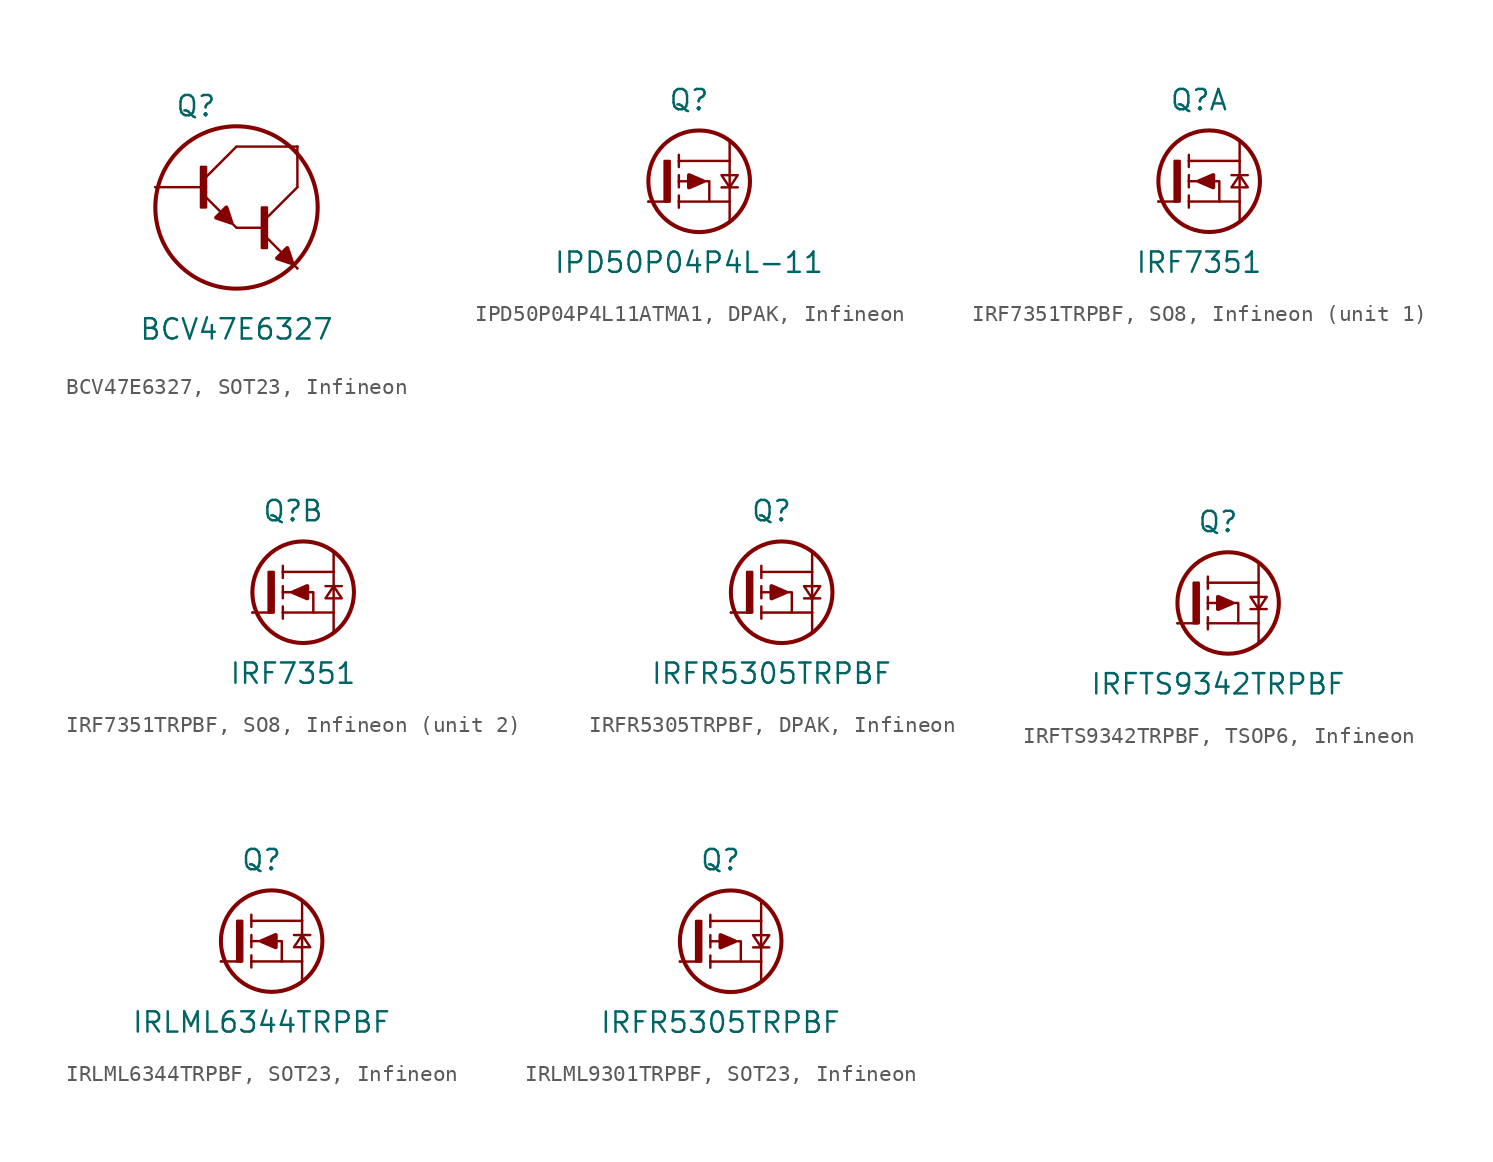
<source format=kicad_sym>
(kicad_symbol_lib
  (version 20241209)
  (generator "kicad_symbol_editor")
  (generator_version "9.0")
  (symbol "BCV47E6327, SOT23, Infineon"
    (pin_numbers
      (hide yes))
    (pin_names
      (offset 1.016)
      (hide yes))
    (property "Reference" "Q"
      (at -2.54 6.35 0)
      (effects (font (size 1.27 1.27))))
    (property "Value" "BCV47E6327"
      (at 0 -7.62 0)
      (effects (font (size 1.27 1.27))))
    (symbol "BCV47E6327, SOT23, Infineon_0_1"
      (polyline (pts (xy -5.08 1.27) (xy -1.905 1.27)) (stroke (width 0) (type default)) (fill (type none)))
      (rectangle (start -2.223 2.54) (end -1.905 0) (stroke (width 0) (type default)) (fill (type outline)))
      (rectangle (start -1.905 0.953) (end -1.905 0.953) (stroke (width 0) (type default)) (fill (type none)))
      (polyline (pts (xy -1.905 0.635) (xy 0 -1.27)) (stroke (width 0) (type default)) (fill (type none)))
      (polyline (pts (xy -0.318 -0.953) (xy -0.635 0) (xy -1.27 -0.635) (xy -0.318 -0.953)) (stroke (width 0.254) (type default)) (fill (type outline)))
      (polyline (pts (xy 0 3.81) (xy -1.905 1.905)) (stroke (width 0) (type default)) (fill (type none)))
      (polyline (pts (xy 0 3.81) (xy 3.81 3.81)) (stroke (width 0) (type default)) (fill (type none)))
      (polyline (pts (xy 0 -1.27) (xy 1.905 -1.27)) (stroke (width 0) (type default)) (fill (type none)))
      (rectangle (start 1.587 0) (end 1.905 -2.54) (stroke (width 0) (type default)) (fill (type outline)))
      (rectangle (start 1.905 -1.587) (end 1.905 -1.587) (stroke (width 0) (type default)) (fill (type none)))
      (polyline (pts (xy 1.905 -1.905) (xy 3.81 -3.81)) (stroke (width 0) (type default)) (fill (type none)))
      (polyline (pts (xy 3.493 -3.493) (xy 3.175 -2.54) (xy 2.54 -3.175) (xy 3.493 -3.493)) (stroke (width 0.254) (type default)) (fill (type outline)))
      (polyline (pts (xy 3.81 3.81) (xy 3.81 1.27)) (stroke (width 0) (type default)) (fill (type none)))
      (polyline (pts (xy 3.81 1.27) (xy 1.905 -0.635)) (stroke (width 0) (type default)) (fill (type none))))
    (symbol "BCV47E6327, SOT23, Infineon_1_0"
      (circle (center 0 0) (radius 5.08) (stroke (width 0.254) (type solid)) (fill (type none))))
    (symbol "BCV47E6327, SOT23, Infineon_1_1"
      (pin passive line (at -5.08 1.27 0) (length 0) (name "B" (effects (font (size 1.27 1.27)))) (number "1" (effects (font (size 1.27 1.27)))))
      (pin passive line (at 3.81 3.81 180) (length 0) (name "C" (effects (font (size 1.27 1.27)))) (number "3" (effects (font (size 1.27 1.27)))))
      (pin passive line (at 3.81 -3.81 180) (length 0) (name "E" (effects (font (size 1.27 1.27)))) (number "2" (effects (font (size 1.27 1.27)))))))
  (symbol "IPD50P04P4L11ATMA1, DPAK, Infineon"
    (pin_numbers
      (hide yes))
    (pin_names
      (offset 1.016)
      (hide yes))
    (property "Reference" "Q"
      (at 0 5.08 0)
      (effects (font (size 1.27 1.27))))
    (property "Value" "IPD50P04P4L-11"
      (at 0 -5.08 0)
      (effects (font (size 1.27 1.27))))
    (symbol "IPD50P04P4L11ATMA1, DPAK, Infineon_0_0"
      (polyline (pts (xy -0.635 1.27) (xy -0.635 1.651)) (stroke (width 0) (type solid)) (fill (type none)))
      (polyline (pts (xy -0.635 1.27) (xy -0.635 0.889)) (stroke (width 0) (type solid)) (fill (type none)))
      (polyline (pts (xy -0.635 0) (xy -0.635 0.381)) (stroke (width 0) (type solid)) (fill (type none)))
      (polyline (pts (xy -0.635 0) (xy -0.635 -0.381)) (stroke (width 0) (type solid)) (fill (type none)))
      (polyline (pts (xy -0.635 0) (xy -0.127 0) (xy 0.635 0) (xy 1.27 0) (xy 1.27 -1.27)) (stroke (width 0) (type solid)) (fill (type none)))
      (polyline (pts (xy -0.635 -1.27) (xy -0.635 -0.889)) (stroke (width 0) (type solid)) (fill (type none)))
      (polyline (pts (xy -0.635 -1.27) (xy -0.635 -1.651)) (stroke (width 0) (type solid)) (fill (type none)))
      (polyline (pts (xy 2.54 1.27) (xy -0.635 1.27)) (stroke (width 0) (type solid)) (fill (type none)))
      (polyline (pts (xy 2.54 1.27) (xy 2.54 2.54)) (stroke (width 0) (type solid)) (fill (type none)))
      (polyline (pts (xy 2.54 1.27) (xy 2.54 -1.27)) (stroke (width 0) (type solid)) (fill (type none)))
      (polyline (pts (xy 2.54 -1.27) (xy -0.635 -1.27)) (stroke (width 0) (type solid)) (fill (type none)))
      (polyline (pts (xy 2.54 -2.54) (xy 2.54 -1.27)) (stroke (width 0) (type solid)) (fill (type none)))
      (polyline (pts (xy 3.048 0.381) (xy 2.032 0.381) (xy 2.54 -0.381) (xy 3.048 0.381)) (stroke (width 0) (type solid)) (fill (type none)))
      (polyline (pts (xy 3.048 -0.381) (xy 2.032 -0.381)) (stroke (width 0) (type solid)) (fill (type none))))
    (symbol "IPD50P04P4L11ATMA1, DPAK, Infineon_0_1"
      (polyline (pts (xy -2.54 -1.27) (xy -1.27 -1.27)) (stroke (width 0) (type default)) (fill (type none)))
      (rectangle (start -1.524 1.27) (end -1.206 -1.27) (stroke (width 0) (type default)) (fill (type outline)))
      (polyline (pts (xy 0.889 0) (xy 0 -0.381) (xy 0 0.381) (xy 0.889 0)) (stroke (width 0.254) (type default)) (fill (type outline))))
    (symbol "IPD50P04P4L11ATMA1, DPAK, Infineon_1_0"
      (circle (center 0.635 0) (radius 3.175) (stroke (width 0.254) (type solid)) (fill (type none))))
    (symbol "IPD50P04P4L11ATMA1, DPAK, Infineon_1_1"
      (pin passive line (at -2.54 -1.27 0) (length 0) (name "G" (effects (font (size 1.27 1.27)))) (number "1" (effects (font (size 1.27 1.27)))))
      (pin passive line (at 2.54 2.54 180) (length 0) (name "D" (effects (font (size 1.27 1.27)))) (number "4" (effects (font (size 1.27 1.27)))))
      (pin passive line (at 2.54 -2.54 180) (length 0) (name "S" (effects (font (size 1.27 1.27)))) (number "3" (effects (font (size 1.27 1.27)))))))
  (symbol "IRF7351TRPBF, SO8, Infineon"
    (pin_numbers
      (hide yes))
    (pin_names
      (offset 1.016)
      (hide yes))
    (property "Reference" "Q"
      (at 0 5.08 0)
      (effects (font (size 1.27 1.27))))
    (property "Value" "IRF7351"
      (at 0 -5.08 0)
      (effects (font (size 1.27 1.27))))
    (symbol "IRF7351TRPBF, SO8, Infineon_0_0"
      (polyline (pts (xy -0.635 1.27) (xy -0.635 1.651)) (stroke (width 0) (type solid)) (fill (type none)))
      (polyline (pts (xy -0.635 1.27) (xy -0.635 0.889)) (stroke (width 0) (type solid)) (fill (type none)))
      (polyline (pts (xy -0.635 0) (xy -0.635 0.381)) (stroke (width 0) (type solid)) (fill (type none)))
      (polyline (pts (xy -0.635 0) (xy -0.635 -0.381)) (stroke (width 0) (type solid)) (fill (type none)))
      (polyline (pts (xy -0.635 0) (xy -0.127 0) (xy 0.635 0) (xy 1.27 0) (xy 1.27 -1.27)) (stroke (width 0) (type solid)) (fill (type none)))
      (polyline (pts (xy -0.635 -1.27) (xy -0.635 -0.889)) (stroke (width 0) (type solid)) (fill (type none)))
      (polyline (pts (xy -0.635 -1.27) (xy -0.635 -1.651)) (stroke (width 0) (type solid)) (fill (type none)))
      (polyline (pts (xy 2.032 0.381) (xy 3.048 0.381)) (stroke (width 0) (type solid)) (fill (type none)))
      (polyline (pts (xy 2.032 -0.381) (xy 3.048 -0.381) (xy 2.54 0.381) (xy 2.032 -0.381)) (stroke (width 0) (type solid)) (fill (type none)))
      (polyline (pts (xy 2.54 1.27) (xy -0.635 1.27)) (stroke (width 0) (type solid)) (fill (type none)))
      (polyline (pts (xy 2.54 1.27) (xy 2.54 2.54)) (stroke (width 0) (type solid)) (fill (type none)))
      (polyline (pts (xy 2.54 1.27) (xy 2.54 -1.27)) (stroke (width 0) (type solid)) (fill (type none)))
      (polyline (pts (xy 2.54 -1.27) (xy -0.635 -1.27)) (stroke (width 0) (type solid)) (fill (type none)))
      (polyline (pts (xy 2.54 -2.54) (xy 2.54 -1.27)) (stroke (width 0) (type solid)) (fill (type none))))
    (symbol "IRF7351TRPBF, SO8, Infineon_0_1"
      (polyline (pts (xy -2.54 -1.27) (xy -1.27 -1.27)) (stroke (width 0) (type default)) (fill (type none)))
      (rectangle (start -1.524 1.27) (end -1.206 -1.27) (stroke (width 0) (type default)) (fill (type outline)))
      (polyline (pts (xy 0 0) (xy 0.889 -0.381) (xy 0.889 0.381) (xy 0 0)) (stroke (width 0.254) (type default)) (fill (type outline))))
    (symbol "IRF7351TRPBF, SO8, Infineon_1_0"
      (circle (center 0.635 0) (radius 3.175) (stroke (width 0.254) (type solid)) (fill (type none))))
    (symbol "IRF7351TRPBF, SO8, Infineon_1_1"
      (pin passive line (at -2.54 -1.27 0) (length 0) (name "G1" (effects (font (size 1.27 1.27)))) (number "2" (effects (font (size 1.27 1.27)))))
      (pin passive line (at 2.54 2.54 180) (length 0) (hide yes) (name "D1" (effects (font (size 1.27 1.27)))) (number "7" (effects (font (size 1.27 1.27)))))
      (pin passive line (at 2.54 2.54 180) (length 0) (name "D1" (effects (font (size 1.27 1.27)))) (number "8" (effects (font (size 1.27 1.27)))))
      (pin passive line (at 2.54 -2.54 180) (length 0) (name "S1" (effects (font (size 1.27 1.27)))) (number "1" (effects (font (size 1.27 1.27))))))
    (symbol "IRF7351TRPBF, SO8, Infineon_2_0"
      (circle (center 0.635 0) (radius 3.175) (stroke (width 0.254) (type solid)) (fill (type none))))
    (symbol "IRF7351TRPBF, SO8, Infineon_2_1"
      (pin passive line (at -2.54 -1.27 0) (length 0) (name "G2" (effects (font (size 1.27 1.27)))) (number "4" (effects (font (size 1.27 1.27)))))
      (pin passive line (at 2.54 2.54 180) (length 0) (name "D2" (effects (font (size 1.27 1.27)))) (number "5" (effects (font (size 1.27 1.27)))))
      (pin passive line (at 2.54 2.54 180) (length 0) (hide yes) (name "D2" (effects (font (size 1.27 1.27)))) (number "6" (effects (font (size 1.27 1.27)))))
      (pin passive line (at 2.54 -2.54 180) (length 0) (name "S2" (effects (font (size 1.27 1.27)))) (number "3" (effects (font (size 1.27 1.27)))))))
  (symbol "IRFR5305TRPBF, DPAK, Infineon"
    (pin_numbers
      (hide yes))
    (pin_names
      (offset 1.016)
      (hide yes))
    (property "Reference" "Q"
      (at 0 5.08 0)
      (effects (font (size 1.27 1.27))))
    (property "Value" "IRFR5305TRPBF"
      (at 0 -5.08 0)
      (effects (font (size 1.27 1.27))))
    (symbol "IRFR5305TRPBF, DPAK, Infineon_0_0"
      (polyline (pts (xy -0.635 1.27) (xy -0.635 1.651)) (stroke (width 0) (type solid)) (fill (type none)))
      (polyline (pts (xy -0.635 1.27) (xy -0.635 0.889)) (stroke (width 0) (type solid)) (fill (type none)))
      (polyline (pts (xy -0.635 0) (xy -0.635 0.381)) (stroke (width 0) (type solid)) (fill (type none)))
      (polyline (pts (xy -0.635 0) (xy -0.635 -0.381)) (stroke (width 0) (type solid)) (fill (type none)))
      (polyline (pts (xy -0.635 0) (xy -0.127 0) (xy 0.635 0) (xy 1.27 0) (xy 1.27 -1.27)) (stroke (width 0) (type solid)) (fill (type none)))
      (polyline (pts (xy -0.635 -1.27) (xy -0.635 -0.889)) (stroke (width 0) (type solid)) (fill (type none)))
      (polyline (pts (xy -0.635 -1.27) (xy -0.635 -1.651)) (stroke (width 0) (type solid)) (fill (type none)))
      (polyline (pts (xy 2.54 1.27) (xy -0.635 1.27)) (stroke (width 0) (type solid)) (fill (type none)))
      (polyline (pts (xy 2.54 1.27) (xy 2.54 2.54)) (stroke (width 0) (type solid)) (fill (type none)))
      (polyline (pts (xy 2.54 1.27) (xy 2.54 -1.27)) (stroke (width 0) (type solid)) (fill (type none)))
      (polyline (pts (xy 2.54 -1.27) (xy -0.635 -1.27)) (stroke (width 0) (type solid)) (fill (type none)))
      (polyline (pts (xy 2.54 -2.54) (xy 2.54 -1.27)) (stroke (width 0) (type solid)) (fill (type none)))
      (polyline (pts (xy 3.048 0.381) (xy 2.032 0.381) (xy 2.54 -0.381) (xy 3.048 0.381)) (stroke (width 0) (type solid)) (fill (type none)))
      (polyline (pts (xy 3.048 -0.381) (xy 2.032 -0.381)) (stroke (width 0) (type solid)) (fill (type none))))
    (symbol "IRFR5305TRPBF, DPAK, Infineon_0_1"
      (polyline (pts (xy -2.54 -1.27) (xy -1.27 -1.27)) (stroke (width 0) (type default)) (fill (type none)))
      (rectangle (start -1.524 1.27) (end -1.206 -1.27) (stroke (width 0) (type default)) (fill (type outline)))
      (polyline (pts (xy 0.889 0) (xy 0 -0.381) (xy 0 0.381) (xy 0.889 0)) (stroke (width 0.254) (type default)) (fill (type outline))))
    (symbol "IRFR5305TRPBF, DPAK, Infineon_1_0"
      (circle (center 0.635 0) (radius 3.175) (stroke (width 0.254) (type solid)) (fill (type none))))
    (symbol "IRFR5305TRPBF, DPAK, Infineon_1_1"
      (pin passive line (at -2.54 -1.27 0) (length 0) (name "G" (effects (font (size 1.27 1.27)))) (number "1" (effects (font (size 1.27 1.27)))))
      (pin passive line (at 2.54 2.54 180) (length 0) (name "D" (effects (font (size 1.27 1.27)))) (number "4" (effects (font (size 1.27 1.27)))))
      (pin passive line (at 2.54 -2.54 180) (length 0) (name "S" (effects (font (size 1.27 1.27)))) (number "3" (effects (font (size 1.27 1.27)))))))
  (symbol "IRFTS9342TRPBF, TSOP6, Infineon"
    (pin_numbers
      (hide yes))
    (pin_names
      (offset 1.016)
      (hide yes))
    (property "Reference" "Q"
      (at 0 5.08 0)
      (effects (font (size 1.27 1.27))))
    (property "Value" "IRFTS9342TRPBF"
      (at 0 -5.08 0)
      (effects (font (size 1.27 1.27))))
    (symbol "IRFTS9342TRPBF, TSOP6, Infineon_0_0"
      (polyline (pts (xy -0.635 1.27) (xy -0.635 1.651)) (stroke (width 0) (type solid)) (fill (type none)))
      (polyline (pts (xy -0.635 1.27) (xy -0.635 0.889)) (stroke (width 0) (type solid)) (fill (type none)))
      (polyline (pts (xy -0.635 0) (xy -0.635 0.381)) (stroke (width 0) (type solid)) (fill (type none)))
      (polyline (pts (xy -0.635 0) (xy -0.635 -0.381)) (stroke (width 0) (type solid)) (fill (type none)))
      (polyline (pts (xy -0.635 0) (xy -0.127 0) (xy 0.635 0) (xy 1.27 0) (xy 1.27 -1.27)) (stroke (width 0) (type solid)) (fill (type none)))
      (polyline (pts (xy -0.635 -1.27) (xy -0.635 -0.889)) (stroke (width 0) (type solid)) (fill (type none)))
      (polyline (pts (xy -0.635 -1.27) (xy -0.635 -1.651)) (stroke (width 0) (type solid)) (fill (type none)))
      (polyline (pts (xy 2.54 1.27) (xy -0.635 1.27)) (stroke (width 0) (type solid)) (fill (type none)))
      (polyline (pts (xy 2.54 1.27) (xy 2.54 2.54)) (stroke (width 0) (type solid)) (fill (type none)))
      (polyline (pts (xy 2.54 1.27) (xy 2.54 -1.27)) (stroke (width 0) (type solid)) (fill (type none)))
      (polyline (pts (xy 2.54 -1.27) (xy -0.635 -1.27)) (stroke (width 0) (type solid)) (fill (type none)))
      (polyline (pts (xy 2.54 -2.54) (xy 2.54 -1.27)) (stroke (width 0) (type solid)) (fill (type none)))
      (polyline (pts (xy 3.048 0.381) (xy 2.032 0.381) (xy 2.54 -0.381) (xy 3.048 0.381)) (stroke (width 0) (type solid)) (fill (type none)))
      (polyline (pts (xy 3.048 -0.381) (xy 2.032 -0.381)) (stroke (width 0) (type solid)) (fill (type none))))
    (symbol "IRFTS9342TRPBF, TSOP6, Infineon_0_1"
      (polyline (pts (xy -2.54 -1.27) (xy -1.27 -1.27)) (stroke (width 0) (type default)) (fill (type none)))
      (rectangle (start -1.524 1.27) (end -1.206 -1.27) (stroke (width 0) (type default)) (fill (type outline)))
      (polyline (pts (xy 0.889 0) (xy 0 -0.381) (xy 0 0.381) (xy 0.889 0)) (stroke (width 0.254) (type default)) (fill (type outline))))
    (symbol "IRFTS9342TRPBF, TSOP6, Infineon_1_0"
      (circle (center 0.635 0) (radius 3.175) (stroke (width 0.254) (type solid)) (fill (type none))))
    (symbol "IRFTS9342TRPBF, TSOP6, Infineon_1_1"
      (pin passive line (at -2.54 -1.27 0) (length 0) (name "G" (effects (font (size 1.27 1.27)))) (number "3" (effects (font (size 1.27 1.27)))))
      (pin passive line (at 2.54 6.35 180) (length 0) (hide yes) (name "D" (effects (font (size 1.27 1.27)))) (number "6" (effects (font (size 1.27 1.27)))))
      (pin passive line (at 2.54 5.08 180) (length 0) (hide yes) (name "D" (effects (font (size 1.27 1.27)))) (number "5" (effects (font (size 1.27 1.27)))))
      (pin passive line (at 2.54 3.81 180) (length 0) (hide yes) (name "D" (effects (font (size 1.27 1.27)))) (number "2" (effects (font (size 1.27 1.27)))))
      (pin passive line (at 2.54 2.54 180) (length 0) (name "D" (effects (font (size 1.27 1.27)))) (number "1" (effects (font (size 1.27 1.27)))))
      (pin passive line (at 2.54 -2.54 180) (length 0) (name "S" (effects (font (size 1.27 1.27)))) (number "4" (effects (font (size 1.27 1.27)))))))
  (symbol "IRLML6344TRPBF, SOT23, Infineon"
    (pin_numbers
      (hide yes))
    (pin_names
      (offset 1.016)
      (hide yes))
    (property "Reference" "Q"
      (at 0 5.08 0)
      (effects (font (size 1.27 1.27))))
    (property "Value" "IRLML6344TRPBF"
      (at 0 -5.08 0)
      (effects (font (size 1.27 1.27))))
    (symbol "IRLML6344TRPBF, SOT23, Infineon_0_0"
      (polyline (pts (xy -0.635 1.27) (xy -0.635 1.651)) (stroke (width 0) (type solid)) (fill (type none)))
      (polyline (pts (xy -0.635 1.27) (xy -0.635 0.889)) (stroke (width 0) (type solid)) (fill (type none)))
      (polyline (pts (xy -0.635 0) (xy -0.635 0.381)) (stroke (width 0) (type solid)) (fill (type none)))
      (polyline (pts (xy -0.635 0) (xy -0.635 -0.381)) (stroke (width 0) (type solid)) (fill (type none)))
      (polyline (pts (xy -0.635 0) (xy -0.127 0) (xy 0.635 0) (xy 1.27 0) (xy 1.27 -1.27)) (stroke (width 0) (type solid)) (fill (type none)))
      (polyline (pts (xy -0.635 -1.27) (xy -0.635 -0.889)) (stroke (width 0) (type solid)) (fill (type none)))
      (polyline (pts (xy -0.635 -1.27) (xy -0.635 -1.651)) (stroke (width 0) (type solid)) (fill (type none)))
      (polyline (pts (xy 2.032 0.381) (xy 3.048 0.381)) (stroke (width 0) (type solid)) (fill (type none)))
      (polyline (pts (xy 2.032 -0.381) (xy 3.048 -0.381) (xy 2.54 0.381) (xy 2.032 -0.381)) (stroke (width 0) (type solid)) (fill (type none)))
      (polyline (pts (xy 2.54 1.27) (xy -0.635 1.27)) (stroke (width 0) (type solid)) (fill (type none)))
      (polyline (pts (xy 2.54 1.27) (xy 2.54 2.54)) (stroke (width 0) (type solid)) (fill (type none)))
      (polyline (pts (xy 2.54 1.27) (xy 2.54 -1.27)) (stroke (width 0) (type solid)) (fill (type none)))
      (polyline (pts (xy 2.54 -1.27) (xy -0.635 -1.27)) (stroke (width 0) (type solid)) (fill (type none)))
      (polyline (pts (xy 2.54 -2.54) (xy 2.54 -1.27)) (stroke (width 0) (type solid)) (fill (type none))))
    (symbol "IRLML6344TRPBF, SOT23, Infineon_0_1"
      (polyline (pts (xy -2.54 -1.27) (xy -1.27 -1.27)) (stroke (width 0) (type default)) (fill (type none)))
      (rectangle (start -1.524 1.27) (end -1.206 -1.27) (stroke (width 0) (type default)) (fill (type outline)))
      (polyline (pts (xy 0 0) (xy 0.889 -0.381) (xy 0.889 0.381) (xy 0 0)) (stroke (width 0.254) (type default)) (fill (type outline))))
    (symbol "IRLML6344TRPBF, SOT23, Infineon_1_0"
      (circle (center 0.635 0) (radius 3.175) (stroke (width 0.254) (type solid)) (fill (type none))))
    (symbol "IRLML6344TRPBF, SOT23, Infineon_1_1"
      (pin passive line (at -2.54 -1.27 0) (length 0) (name "G" (effects (font (size 1.27 1.27)))) (number "1" (effects (font (size 1.27 1.27)))))
      (pin passive line (at 2.54 2.54 180) (length 0) (name "D" (effects (font (size 1.27 1.27)))) (number "3" (effects (font (size 1.27 1.27)))))
      (pin passive line (at 2.54 -2.54 180) (length 0) (name "S" (effects (font (size 1.27 1.27)))) (number "2" (effects (font (size 1.27 1.27)))))))
  (symbol "IRLML9301TRPBF, SOT23, Infineon"
    (pin_numbers
      (hide yes))
    (pin_names
      (offset 1.016)
      (hide yes))
    (property "Reference" "Q"
      (at 0 5.08 0)
      (effects (font (size 1.27 1.27))))
    (property "Value" "IRFR5305TRPBF"
      (at 0 -5.08 0)
      (effects (font (size 1.27 1.27))))
    (symbol "IRLML9301TRPBF, SOT23, Infineon_0_0"
      (polyline (pts (xy -0.635 1.27) (xy -0.635 1.651)) (stroke (width 0) (type solid)) (fill (type none)))
      (polyline (pts (xy -0.635 1.27) (xy -0.635 0.889)) (stroke (width 0) (type solid)) (fill (type none)))
      (polyline (pts (xy -0.635 0) (xy -0.635 0.381)) (stroke (width 0) (type solid)) (fill (type none)))
      (polyline (pts (xy -0.635 0) (xy -0.635 -0.381)) (stroke (width 0) (type solid)) (fill (type none)))
      (polyline (pts (xy -0.635 0) (xy -0.127 0) (xy 0.635 0) (xy 1.27 0) (xy 1.27 -1.27)) (stroke (width 0) (type solid)) (fill (type none)))
      (polyline (pts (xy -0.635 -1.27) (xy -0.635 -0.889)) (stroke (width 0) (type solid)) (fill (type none)))
      (polyline (pts (xy -0.635 -1.27) (xy -0.635 -1.651)) (stroke (width 0) (type solid)) (fill (type none)))
      (polyline (pts (xy 2.54 1.27) (xy -0.635 1.27)) (stroke (width 0) (type solid)) (fill (type none)))
      (polyline (pts (xy 2.54 1.27) (xy 2.54 2.54)) (stroke (width 0) (type solid)) (fill (type none)))
      (polyline (pts (xy 2.54 1.27) (xy 2.54 -1.27)) (stroke (width 0) (type solid)) (fill (type none)))
      (polyline (pts (xy 2.54 -1.27) (xy -0.635 -1.27)) (stroke (width 0) (type solid)) (fill (type none)))
      (polyline (pts (xy 2.54 -2.54) (xy 2.54 -1.27)) (stroke (width 0) (type solid)) (fill (type none)))
      (polyline (pts (xy 3.048 0.381) (xy 2.032 0.381) (xy 2.54 -0.381) (xy 3.048 0.381)) (stroke (width 0) (type solid)) (fill (type none)))
      (polyline (pts (xy 3.048 -0.381) (xy 2.032 -0.381)) (stroke (width 0) (type solid)) (fill (type none))))
    (symbol "IRLML9301TRPBF, SOT23, Infineon_0_1"
      (polyline (pts (xy -2.54 -1.27) (xy -1.27 -1.27)) (stroke (width 0) (type default)) (fill (type none)))
      (rectangle (start -1.524 1.27) (end -1.206 -1.27) (stroke (width 0) (type default)) (fill (type outline)))
      (polyline (pts (xy 0.889 0) (xy 0 -0.381) (xy 0 0.381) (xy 0.889 0)) (stroke (width 0.254) (type default)) (fill (type outline))))
    (symbol "IRLML9301TRPBF, SOT23, Infineon_1_0"
      (circle (center 0.635 0) (radius 3.175) (stroke (width 0.254) (type solid)) (fill (type none))))
    (symbol "IRLML9301TRPBF, SOT23, Infineon_1_1"
      (pin passive line (at -2.54 -1.27 0) (length 0) (name "G" (effects (font (size 1.27 1.27)))) (number "1" (effects (font (size 1.27 1.27)))))
      (pin passive line (at 2.54 2.54 180) (length 0) (name "D" (effects (font (size 1.27 1.27)))) (number "3" (effects (font (size 1.27 1.27)))))
      (pin passive line (at 2.54 -2.54 180) (length 0) (name "S" (effects (font (size 1.27 1.27)))) (number "2" (effects (font (size 1.27 1.27))))))))
</source>
